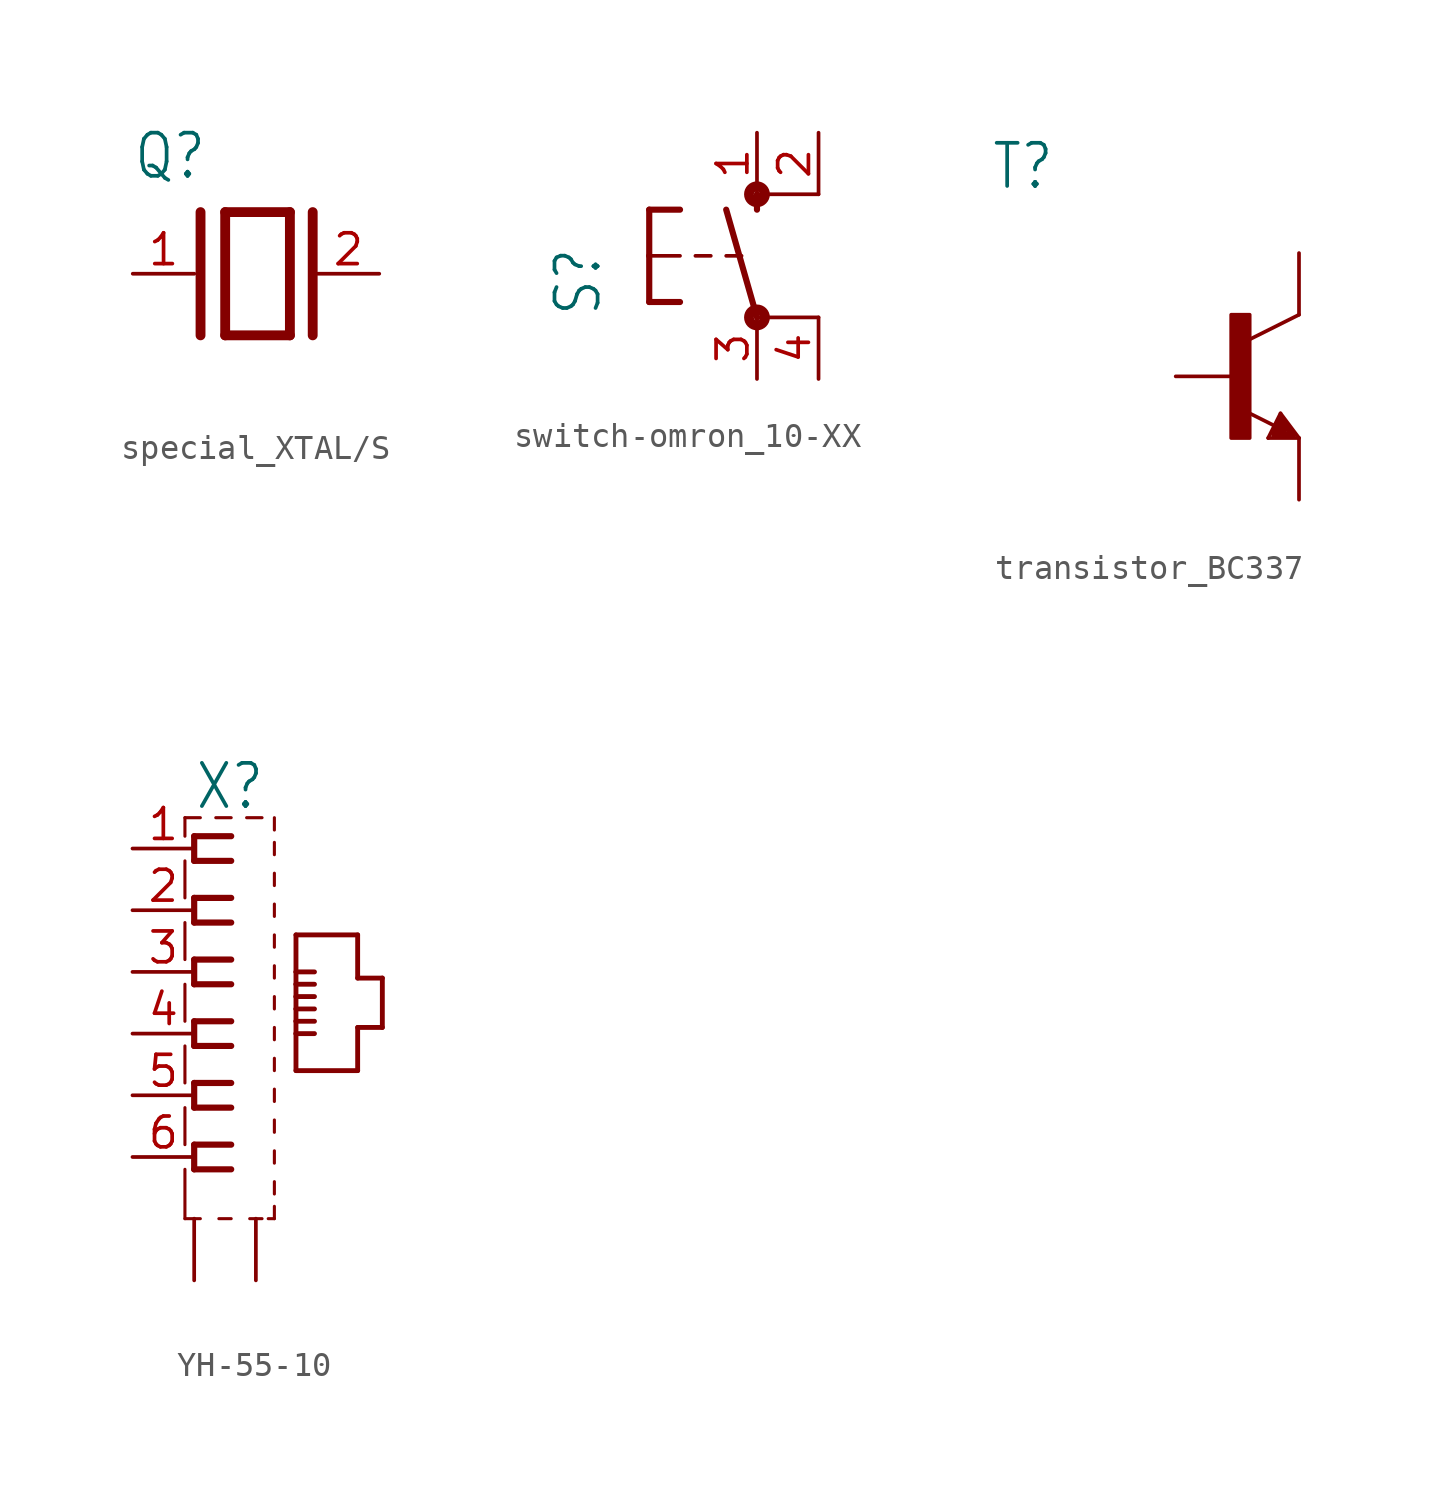
<source format=kicad_sym>
(kicad_symbol_lib
  (version 20231120)
  (generator "kicad_symbol_editor")
  (generator_version "8.0")
  (symbol "special_XTAL/S"
    (property "Reference" "Q"
      (at -5.08 3.81 0)
      (effects (font (size 1.778 1.511)) (justify left bottom)))
    (property "Value" ""
      (at -5.08 -5.08 0)
      (effects (font (size 1.778 1.511)) (justify left bottom)))
    (property "ki_locked" ""
      (at 0 0 0)
      (effects (font (size 1.27 1.27))))
    (symbol "special_XTAL/S_1_0"
      (polyline (pts (xy -2.286 2.54) (xy -2.286 -2.54)) (stroke (width 0.406) (type solid)) (fill (type none)))
      (polyline (pts (xy -1.27 2.54) (xy -1.27 -2.54)) (stroke (width 0.406) (type solid)) (fill (type none)))
      (polyline (pts (xy -1.27 2.54) (xy 1.397 2.54)) (stroke (width 0.406) (type solid)) (fill (type none)))
      (polyline (pts (xy 1.397 -2.54) (xy -1.27 -2.54)) (stroke (width 0.406) (type solid)) (fill (type none)))
      (polyline (pts (xy 1.397 2.54) (xy 1.397 -2.54)) (stroke (width 0.406) (type solid)) (fill (type none)))
      (polyline (pts (xy 2.337 2.54) (xy 2.337 -2.54)) (stroke (width 0.406) (type solid)) (fill (type none)))
      (pin passive line (at -5.08 0 0) (length 2.54) (name "1" (effects (font (size 0 0)))) (number "1" (effects (font (size 1.27 1.27)))))
      (pin passive line (at 5.08 0 180) (length 2.54) (name "2" (effects (font (size 0 0)))) (number "2" (effects (font (size 1.27 1.27)))))))
  (symbol "switch-omron_10-XX"
    (property "Reference" "S"
      (at -6.35 -2.54 90)
      (effects (font (size 1.778 1.511)) (justify left bottom)))
    (property "Value" ""
      (at -3.81 3.175 90)
      (effects (font (size 1.778 1.511)) (justify left bottom)))
    (property "ki_locked" ""
      (at 0 0 0)
      (effects (font (size 1.27 1.27))))
    (symbol "switch-omron_10-XX_1_0"
      (circle (center 0 -2.54) (radius 0.127) (stroke (width 0.406) (type solid)) (fill (type none)))
      (polyline (pts (xy -4.445 -1.905) (xy -3.175 -1.905)) (stroke (width 0.254) (type solid)) (fill (type none)))
      (polyline (pts (xy -4.445 0) (xy -4.445 -1.905)) (stroke (width 0.254) (type solid)) (fill (type none)))
      (polyline (pts (xy -4.445 0) (xy -3.175 0)) (stroke (width 0.152) (type solid)) (fill (type none)))
      (polyline (pts (xy -4.445 1.905) (xy -4.445 0)) (stroke (width 0.254) (type solid)) (fill (type none)))
      (polyline (pts (xy -4.445 1.905) (xy -3.175 1.905)) (stroke (width 0.254) (type solid)) (fill (type none)))
      (polyline (pts (xy -2.54 0) (xy -1.905 0)) (stroke (width 0.152) (type solid)) (fill (type none)))
      (polyline (pts (xy -1.27 0) (xy -0.635 0)) (stroke (width 0.152) (type solid)) (fill (type none)))
      (polyline (pts (xy 0 -2.54) (xy -1.27 1.905)) (stroke (width 0.254) (type solid)) (fill (type none)))
      (polyline (pts (xy 0 1.905) (xy 0 2.54)) (stroke (width 0.254) (type solid)) (fill (type none)))
      (polyline (pts (xy 2.54 -2.54) (xy 0 -2.54)) (stroke (width 0.152) (type solid)) (fill (type none)))
      (polyline (pts (xy 2.54 2.54) (xy 0 2.54)) (stroke (width 0.152) (type solid)) (fill (type none)))
      (circle (center 0 2.54) (radius 0.127) (stroke (width 0.406) (type solid)) (fill (type none)))
      (pin passive line (at 0 5.08 270) (length 2.54) (name "S" (effects (font (size 0 0)))) (number "1" (effects (font (size 1.27 1.27)))))
      (pin passive line (at 2.54 5.08 270) (length 2.54) (name "S1" (effects (font (size 0 0)))) (number "2" (effects (font (size 1.27 1.27)))))
      (pin passive line (at 0 -5.08 90) (length 2.54) (name "P" (effects (font (size 0 0)))) (number "3" (effects (font (size 1.27 1.27)))))
      (pin passive line (at 2.54 -5.08 90) (length 2.54) (name "P1" (effects (font (size 0 0)))) (number "4" (effects (font (size 1.27 1.27)))))))
  (symbol "transistor_BC337"
    (property "Reference" "T"
      (at -10.16 7.62 0)
      (effects (font (size 1.778 1.511)) (justify left bottom)))
    (property "Value" ""
      (at -10.16 5.08 0)
      (effects (font (size 1.778 1.511)) (justify left bottom)))
    (property "ki_locked" ""
      (at 0 0 0)
      (effects (font (size 1.27 1.27))))
    (symbol "transistor_BC337_1_0"
      (rectangle (start -0.254 -2.54) (end 0.508 2.54) (stroke (width 0) (type default)) (fill (type outline)))
      (polyline (pts (xy 1.27 -2.54) (xy 1.778 -1.524)) (stroke (width 0.152) (type solid)) (fill (type none)))
      (polyline (pts (xy 1.524 -2.413) (xy 2.286 -2.413)) (stroke (width 0.254) (type solid)) (fill (type none)))
      (polyline (pts (xy 1.524 -2.286) (xy 1.905 -2.286)) (stroke (width 0.254) (type solid)) (fill (type none)))
      (polyline (pts (xy 1.54 -2.04) (xy 0.308 -1.424)) (stroke (width 0.152) (type solid)) (fill (type none)))
      (polyline (pts (xy 1.778 -1.778) (xy 1.524 -2.286)) (stroke (width 0.254) (type solid)) (fill (type none)))
      (polyline (pts (xy 1.778 -1.524) (xy 2.54 -2.54)) (stroke (width 0.152) (type solid)) (fill (type none)))
      (polyline (pts (xy 1.905 -2.286) (xy 1.778 -2.032)) (stroke (width 0.254) (type solid)) (fill (type none)))
      (polyline (pts (xy 2.286 -2.413) (xy 1.778 -1.778)) (stroke (width 0.254) (type solid)) (fill (type none)))
      (polyline (pts (xy 2.54 -2.54) (xy 1.27 -2.54)) (stroke (width 0.152) (type solid)) (fill (type none)))
      (polyline (pts (xy 2.54 2.54) (xy 0.508 1.524)) (stroke (width 0.152) (type solid)) (fill (type none)))
      (pin passive line (at 2.54 -5.08 90) (length 2.54) (name "E" (effects (font (size 0 0)))) (number "1" (effects (font (size 0 0)))))
      (pin passive line (at -2.54 0 0) (length 2.54) (name "B" (effects (font (size 0 0)))) (number "2" (effects (font (size 0 0)))))
      (pin passive line (at 2.54 5.08 270) (length 2.54) (name "C" (effects (font (size 0 0)))) (number "3" (effects (font (size 0 0)))))))
  (symbol "YH-55-10"
    (property "Reference" "X"
      (at -5.08 9.144 0)
      (effects (font (size 1.778 1.511)) (justify left bottom)))
    (property "Value" ""
      (at 0 -7.62 0)
      (effects (font (size 1.778 1.511)) (justify left bottom)))
    (property "ki_locked" ""
      (at 0 0 0)
      (effects (font (size 1.27 1.27))))
    (symbol "YH-55-10_1_0"
      (polyline (pts (xy -5.461 -7.62) (xy -4.826 -7.62)) (stroke (width 0.127) (type solid)) (fill (type none)))
      (polyline (pts (xy -5.461 -5.588) (xy -5.461 -7.62)) (stroke (width 0.127) (type solid)) (fill (type none)))
      (polyline (pts (xy -5.461 -3.048) (xy -5.461 -4.572)) (stroke (width 0.127) (type solid)) (fill (type none)))
      (polyline (pts (xy -5.461 -0.508) (xy -5.461 -2.032)) (stroke (width 0.127) (type solid)) (fill (type none)))
      (polyline (pts (xy -5.461 2.032) (xy -5.461 0.508)) (stroke (width 0.127) (type solid)) (fill (type none)))
      (polyline (pts (xy -5.461 4.572) (xy -5.461 3.048)) (stroke (width 0.127) (type solid)) (fill (type none)))
      (polyline (pts (xy -5.461 7.112) (xy -5.461 5.588)) (stroke (width 0.127) (type solid)) (fill (type none)))
      (polyline (pts (xy -5.461 8.89) (xy -5.461 8.128)) (stroke (width 0.127) (type solid)) (fill (type none)))
      (polyline (pts (xy -5.08 -5.588) (xy -3.556 -5.588)) (stroke (width 0.254) (type solid)) (fill (type none)))
      (polyline (pts (xy -5.08 -4.572) (xy -5.08 -5.588)) (stroke (width 0.254) (type solid)) (fill (type none)))
      (polyline (pts (xy -5.08 -3.048) (xy -3.556 -3.048)) (stroke (width 0.254) (type solid)) (fill (type none)))
      (polyline (pts (xy -5.08 -2.032) (xy -5.08 -3.048)) (stroke (width 0.254) (type solid)) (fill (type none)))
      (polyline (pts (xy -5.08 -0.508) (xy -3.556 -0.508)) (stroke (width 0.254) (type solid)) (fill (type none)))
      (polyline (pts (xy -5.08 0.508) (xy -5.08 -0.508)) (stroke (width 0.254) (type solid)) (fill (type none)))
      (polyline (pts (xy -5.08 2.032) (xy -3.556 2.032)) (stroke (width 0.254) (type solid)) (fill (type none)))
      (polyline (pts (xy -5.08 3.048) (xy -5.08 2.032)) (stroke (width 0.254) (type solid)) (fill (type none)))
      (polyline (pts (xy -5.08 4.572) (xy -3.556 4.572)) (stroke (width 0.254) (type solid)) (fill (type none)))
      (polyline (pts (xy -5.08 5.588) (xy -5.08 4.572)) (stroke (width 0.254) (type solid)) (fill (type none)))
      (polyline (pts (xy -5.08 7.112) (xy -3.556 7.112)) (stroke (width 0.254) (type solid)) (fill (type none)))
      (polyline (pts (xy -5.08 8.128) (xy -5.08 7.112)) (stroke (width 0.254) (type solid)) (fill (type none)))
      (polyline (pts (xy -4.826 8.89) (xy -5.461 8.89)) (stroke (width 0.127) (type solid)) (fill (type none)))
      (polyline (pts (xy -4.064 -7.62) (xy -3.556 -7.62)) (stroke (width 0.127) (type solid)) (fill (type none)))
      (polyline (pts (xy -3.556 -4.572) (xy -5.08 -4.572)) (stroke (width 0.254) (type solid)) (fill (type none)))
      (polyline (pts (xy -3.556 -2.032) (xy -5.08 -2.032)) (stroke (width 0.254) (type solid)) (fill (type none)))
      (polyline (pts (xy -3.556 0.508) (xy -5.08 0.508)) (stroke (width 0.254) (type solid)) (fill (type none)))
      (polyline (pts (xy -3.556 3.048) (xy -5.08 3.048)) (stroke (width 0.254) (type solid)) (fill (type none)))
      (polyline (pts (xy -3.556 5.588) (xy -5.08 5.588)) (stroke (width 0.254) (type solid)) (fill (type none)))
      (polyline (pts (xy -3.556 8.128) (xy -5.08 8.128)) (stroke (width 0.254) (type solid)) (fill (type none)))
      (polyline (pts (xy -3.556 8.89) (xy -4.191 8.89)) (stroke (width 0.127) (type solid)) (fill (type none)))
      (polyline (pts (xy -2.794 -7.62) (xy -2.286 -7.62)) (stroke (width 0.127) (type solid)) (fill (type none)))
      (polyline (pts (xy -2.286 8.89) (xy -2.921 8.89)) (stroke (width 0.127) (type solid)) (fill (type none)))
      (polyline (pts (xy -2.032 -7.62) (xy -1.778 -7.62)) (stroke (width 0.127) (type solid)) (fill (type none)))
      (polyline (pts (xy -1.778 -7.62) (xy -1.778 -7.112)) (stroke (width 0.127) (type solid)) (fill (type none)))
      (polyline (pts (xy -1.778 -6.604) (xy -1.778 -6.096)) (stroke (width 0.127) (type solid)) (fill (type none)))
      (polyline (pts (xy -1.778 -5.334) (xy -1.778 -4.826)) (stroke (width 0.127) (type solid)) (fill (type none)))
      (polyline (pts (xy -1.778 -4.064) (xy -1.778 -3.556)) (stroke (width 0.127) (type solid)) (fill (type none)))
      (polyline (pts (xy -1.778 -2.794) (xy -1.778 -2.286)) (stroke (width 0.127) (type solid)) (fill (type none)))
      (polyline (pts (xy -1.778 -1.524) (xy -1.778 -1.016)) (stroke (width 0.127) (type solid)) (fill (type none)))
      (polyline (pts (xy -1.778 -0.254) (xy -1.778 0.254)) (stroke (width 0.127) (type solid)) (fill (type none)))
      (polyline (pts (xy -1.778 1.016) (xy -1.778 1.524)) (stroke (width 0.127) (type solid)) (fill (type none)))
      (polyline (pts (xy -1.778 2.286) (xy -1.778 2.794)) (stroke (width 0.127) (type solid)) (fill (type none)))
      (polyline (pts (xy -1.778 3.556) (xy -1.778 4.064)) (stroke (width 0.127) (type solid)) (fill (type none)))
      (polyline (pts (xy -1.778 4.826) (xy -1.778 5.334)) (stroke (width 0.127) (type solid)) (fill (type none)))
      (polyline (pts (xy -1.778 6.096) (xy -1.778 6.604)) (stroke (width 0.127) (type solid)) (fill (type none)))
      (polyline (pts (xy -1.778 7.366) (xy -1.778 7.874)) (stroke (width 0.127) (type solid)) (fill (type none)))
      (polyline (pts (xy -1.778 8.382) (xy -1.778 8.89)) (stroke (width 0.127) (type solid)) (fill (type none)))
      (polyline (pts (xy -0.889 -1.524) (xy 1.651 -1.524)) (stroke (width 0.2) (type solid)) (fill (type none)))
      (polyline (pts (xy -0.889 0) (xy -0.889 -1.524)) (stroke (width 0.2) (type solid)) (fill (type none)))
      (polyline (pts (xy -0.889 0) (xy -0.127 0)) (stroke (width 0.2) (type solid)) (fill (type none)))
      (polyline (pts (xy -0.889 0.508) (xy -0.889 0)) (stroke (width 0.2) (type solid)) (fill (type none)))
      (polyline (pts (xy -0.889 0.508) (xy -0.127 0.508)) (stroke (width 0.2) (type solid)) (fill (type none)))
      (polyline (pts (xy -0.889 1.016) (xy -0.889 0.508)) (stroke (width 0.2) (type solid)) (fill (type none)))
      (polyline (pts (xy -0.889 1.016) (xy -0.127 1.016)) (stroke (width 0.2) (type solid)) (fill (type none)))
      (polyline (pts (xy -0.889 1.524) (xy -0.889 1.016)) (stroke (width 0.2) (type solid)) (fill (type none)))
      (polyline (pts (xy -0.889 1.524) (xy -0.127 1.524)) (stroke (width 0.2) (type solid)) (fill (type none)))
      (polyline (pts (xy -0.889 2.032) (xy -0.889 1.524)) (stroke (width 0.2) (type solid)) (fill (type none)))
      (polyline (pts (xy -0.889 2.032) (xy -0.127 2.032)) (stroke (width 0.2) (type solid)) (fill (type none)))
      (polyline (pts (xy -0.889 2.54) (xy -0.889 2.032)) (stroke (width 0.2) (type solid)) (fill (type none)))
      (polyline (pts (xy -0.889 2.54) (xy -0.127 2.54)) (stroke (width 0.2) (type solid)) (fill (type none)))
      (polyline (pts (xy -0.889 4.064) (xy -0.889 2.54)) (stroke (width 0.2) (type solid)) (fill (type none)))
      (polyline (pts (xy 1.651 -1.524) (xy 1.651 0.254)) (stroke (width 0.2) (type solid)) (fill (type none)))
      (polyline (pts (xy 1.651 0.254) (xy 2.667 0.254)) (stroke (width 0.2) (type solid)) (fill (type none)))
      (polyline (pts (xy 1.651 2.286) (xy 1.651 4.064)) (stroke (width 0.2) (type solid)) (fill (type none)))
      (polyline (pts (xy 1.651 4.064) (xy -0.889 4.064)) (stroke (width 0.2) (type solid)) (fill (type none)))
      (polyline (pts (xy 2.667 0.254) (xy 2.667 2.286)) (stroke (width 0.2) (type solid)) (fill (type none)))
      (polyline (pts (xy 2.667 2.286) (xy 1.651 2.286)) (stroke (width 0.2) (type solid)) (fill (type none)))
      (pin passive line (at -7.62 7.62 0) (length 2.54) (name "1" (effects (font (size 0 0)))) (number "1" (effects (font (size 1.27 1.27)))))
      (pin passive line (at -7.62 5.08 0) (length 2.54) (name "2" (effects (font (size 0 0)))) (number "2" (effects (font (size 1.27 1.27)))))
      (pin passive line (at -7.62 2.54 0) (length 2.54) (name "3" (effects (font (size 0 0)))) (number "3" (effects (font (size 1.27 1.27)))))
      (pin passive line (at -7.62 0 0) (length 2.54) (name "4" (effects (font (size 0 0)))) (number "4" (effects (font (size 1.27 1.27)))))
      (pin passive line (at -7.62 -2.54 0) (length 2.54) (name "5" (effects (font (size 0 0)))) (number "5" (effects (font (size 1.27 1.27)))))
      (pin passive line (at -7.62 -5.08 0) (length 2.54) (name "6" (effects (font (size 0 0)))) (number "6" (effects (font (size 1.27 1.27)))))
      (pin passive line (at -5.08 -10.16 90) (length 2.54) (name "S@1" (effects (font (size 0 0)))) (number "S1" (effects (font (size 0 0)))))
      (pin passive line (at -2.54 -10.16 90) (length 2.54) (name "S@2" (effects (font (size 0 0)))) (number "S2" (effects (font (size 0 0))))))))
</source>
